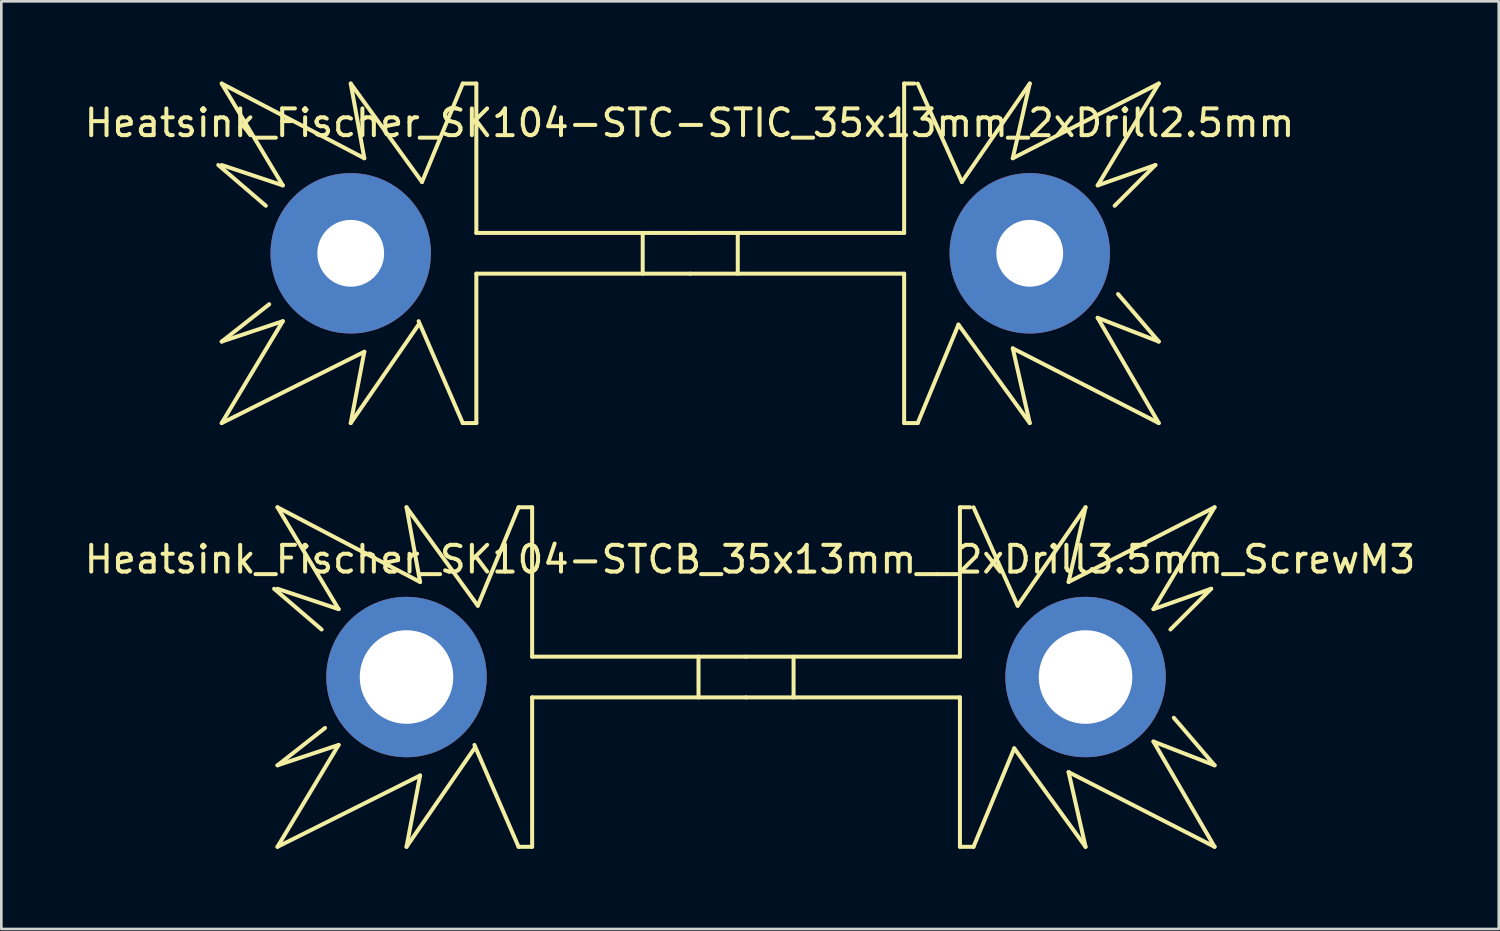
<source format=kicad_pcb>
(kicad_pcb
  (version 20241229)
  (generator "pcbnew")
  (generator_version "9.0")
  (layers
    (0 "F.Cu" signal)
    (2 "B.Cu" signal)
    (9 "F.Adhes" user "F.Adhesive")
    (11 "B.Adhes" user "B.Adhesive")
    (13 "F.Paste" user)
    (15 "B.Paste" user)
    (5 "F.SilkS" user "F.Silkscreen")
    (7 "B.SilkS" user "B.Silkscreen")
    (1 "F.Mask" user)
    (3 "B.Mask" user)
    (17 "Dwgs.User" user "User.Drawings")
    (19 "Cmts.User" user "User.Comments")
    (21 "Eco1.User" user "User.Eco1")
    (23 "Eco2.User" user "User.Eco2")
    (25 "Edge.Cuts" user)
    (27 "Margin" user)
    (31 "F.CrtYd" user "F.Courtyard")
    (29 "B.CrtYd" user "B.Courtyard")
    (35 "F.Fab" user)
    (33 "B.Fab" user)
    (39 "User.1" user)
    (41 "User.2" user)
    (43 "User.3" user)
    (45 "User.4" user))
  (footprint "Heatsink_Fischer_SK104-STC-STIC_35x13mm_2xDrill2.5mm"
    (layer "F.Cu")
    (at 22.769 6.425)
    (property "Reference" "Heatsink_Fischer_SK104-STC-STIC_35x13mm_2xDrill2.5mm" (at -0.025 -4.875 0) (layer "F.SilkS") (effects (font (size 1 1) (thickness 0.15))))
    (attr through_hole)
    (fp_line (start -17.653 -3.302) (end -15.875 -1.778) (stroke (width 0.15) (type solid)) (layer "F.SilkS"))
    (fp_line (start -17.526 -3.302) (end -15.24 -2.54) (stroke (width 0.15) (type solid)) (layer "F.SilkS"))
    (fp_line (start -17.526 3.302) (end -15.748 1.905) (stroke (width 0.15) (type solid)) (layer "F.SilkS"))
    (fp_line (start -17.526 3.302) (end -15.24 2.54) (stroke (width 0.15) (type solid)) (layer "F.SilkS"))
    (fp_line (start -15.24 -2.54) (end -17.526 -6.35) (stroke (width 0.15) (type solid)) (layer "F.SilkS"))
    (fp_line (start -15.24 2.54) (end -17.526 6.35) (stroke (width 0.15) (type solid)) (layer "F.SilkS"))
    (fp_line (start -12.7 -6.35) (end -12.192 -3.556) (stroke (width 0.15) (type solid)) (layer "F.SilkS"))
    (fp_line (start -12.7 6.35) (end -12.192 3.683) (stroke (width 0.15) (type solid)) (layer "F.SilkS"))
    (fp_line (start -12.192 -3.556) (end -17.526 -6.35) (stroke (width 0.15) (type solid)) (layer "F.SilkS"))
    (fp_line (start -12.192 3.683) (end -17.526 6.35) (stroke (width 0.15) (type solid)) (layer "F.SilkS"))
    (fp_line (start -10.16 2.667) (end -12.7 6.35) (stroke (width 0.15) (type solid)) (layer "F.SilkS"))
    (fp_line (start -10.033 -2.667) (end -12.7 -6.35) (stroke (width 0.15) (type solid)) (layer "F.SilkS"))
    (fp_line (start -8.509 -6.35) (end -10.033 -2.667) (stroke (width 0.15) (type solid)) (layer "F.SilkS"))
    (fp_line (start -8.509 6.35) (end -10.16 2.54) (stroke (width 0.15) (type solid)) (layer "F.SilkS"))
    (fp_line (start -8.509 6.35) (end -8.001 6.35) (stroke (width 0.15) (type solid)) (layer "F.SilkS"))
    (fp_line (start -8.001 -6.35) (end -8.509 -6.35) (stroke (width 0.15) (type solid)) (layer "F.SilkS"))
    (fp_line (start -8.001 -0.762) (end -8.001 -6.35) (stroke (width 0.15) (type solid)) (layer "F.SilkS"))
    (fp_line (start -8.001 0.762) (end -8.001 6.35) (stroke (width 0.15) (type solid)) (layer "F.SilkS"))
    (fp_line (start -1.778 -0.762) (end -1.778 0.762) (stroke (width 0.15) (type solid)) (layer "F.SilkS"))
    (fp_line (start 0 -0.762) (end -8.001 -0.762) (stroke (width 0.15) (type solid)) (layer "F.SilkS"))
    (fp_line (start 0 -0.762) (end 8.001 -0.762) (stroke (width 0.15) (type solid)) (layer "F.SilkS"))
    (fp_line (start 0 0.762) (end -8.001 0.762) (stroke (width 0.15) (type solid)) (layer "F.SilkS"))
    (fp_line (start 0 0.762) (end 8.001 0.762) (stroke (width 0.15) (type solid)) (layer "F.SilkS"))
    (fp_line (start 1.778 -0.762) (end 1.778 0.762) (stroke (width 0.15) (type solid)) (layer "F.SilkS"))
    (fp_line (start 8.001 -6.35) (end 8.382 -6.35) (stroke (width 0.15) (type solid)) (layer "F.SilkS"))
    (fp_line (start 8.001 -0.762) (end 8.001 -6.35) (stroke (width 0.15) (type solid)) (layer "F.SilkS"))
    (fp_line (start 8.001 0.762) (end 8.001 6.35) (stroke (width 0.15) (type solid)) (layer "F.SilkS"))
    (fp_line (start 8.001 6.35) (end 8.509 6.35) (stroke (width 0.15) (type solid)) (layer "F.SilkS"))
    (fp_line (start 8.509 -6.35) (end 10.16 -2.667) (stroke (width 0.15) (type solid)) (layer "F.SilkS"))
    (fp_line (start 8.509 6.35) (end 10.033 2.667) (stroke (width 0.15) (type solid)) (layer "F.SilkS"))
    (fp_line (start 10.033 2.667) (end 12.7 6.35) (stroke (width 0.15) (type solid)) (layer "F.SilkS"))
    (fp_line (start 10.16 -2.667) (end 12.7 -6.35) (stroke (width 0.15) (type solid)) (layer "F.SilkS"))
    (fp_line (start 12.065 -3.556) (end 12.7 -6.35) (stroke (width 0.15) (type solid)) (layer "F.SilkS"))
    (fp_line (start 12.065 3.556) (end 17.526 6.35) (stroke (width 0.15) (type solid)) (layer "F.SilkS"))
    (fp_line (start 12.7 6.35) (end 12.065 3.556) (stroke (width 0.15) (type solid)) (layer "F.SilkS"))
    (fp_line (start 15.24 -2.54) (end 17.399 -3.302) (stroke (width 0.15) (type solid)) (layer "F.SilkS"))
    (fp_line (start 15.24 2.413) (end 17.526 3.302) (stroke (width 0.15) (type solid)) (layer "F.SilkS"))
    (fp_line (start 17.399 -3.302) (end 15.875 -1.778) (stroke (width 0.15) (type solid)) (layer "F.SilkS"))
    (fp_line (start 17.526 -6.35) (end 12.065 -3.556) (stroke (width 0.15) (type solid)) (layer "F.SilkS"))
    (fp_line (start 17.526 -6.35) (end 15.24 -2.54) (stroke (width 0.15) (type solid)) (layer "F.SilkS"))
    (fp_line (start 17.526 3.302) (end 16.002 1.524) (stroke (width 0.15) (type solid)) (layer "F.SilkS"))
    (fp_line (start 17.526 6.35) (end 15.24 2.413) (stroke (width 0.15) (type solid)) (layer "F.SilkS"))
    (pad "1" thru_hole circle (at -12.7 0) (size 5.999 5.999) (drill 2.499) (layers "*.Cu" "*.Mask"))
    (pad "1" thru_hole circle (at 12.7 0) (size 5.999 5.999) (drill 2.499) (layers "*.Cu" "*.Mask")))
  (footprint "Heatsink_Fischer_SK104-STCB_35x13mm__2xDrill3.5mm_ScrewM3"
    (layer "F.Cu")
    (at 24.856 22.275)
    (property "Reference" "Heatsink_Fischer_SK104-STCB_35x13mm__2xDrill3.5mm_ScrewM3" (at 0.15 -4.4 0) (layer "F.SilkS") (effects (font (size 1 1) (thickness 0.15))))
    (attr through_hole)
    (fp_line (start -17.653 -3.302) (end -15.875 -1.778) (stroke (width 0.15) (type solid)) (layer "F.SilkS"))
    (fp_line (start -17.526 -3.302) (end -15.24 -2.54) (stroke (width 0.15) (type solid)) (layer "F.SilkS"))
    (fp_line (start -17.526 3.302) (end -15.748 1.905) (stroke (width 0.15) (type solid)) (layer "F.SilkS"))
    (fp_line (start -17.526 3.302) (end -15.24 2.54) (stroke (width 0.15) (type solid)) (layer "F.SilkS"))
    (fp_line (start -15.24 -2.54) (end -17.526 -6.35) (stroke (width 0.15) (type solid)) (layer "F.SilkS"))
    (fp_line (start -15.24 2.54) (end -17.526 6.35) (stroke (width 0.15) (type solid)) (layer "F.SilkS"))
    (fp_line (start -12.7 -6.35) (end -12.192 -3.556) (stroke (width 0.15) (type solid)) (layer "F.SilkS"))
    (fp_line (start -12.7 6.35) (end -12.192 3.683) (stroke (width 0.15) (type solid)) (layer "F.SilkS"))
    (fp_line (start -12.192 -3.556) (end -17.526 -6.35) (stroke (width 0.15) (type solid)) (layer "F.SilkS"))
    (fp_line (start -12.192 3.683) (end -17.526 6.35) (stroke (width 0.15) (type solid)) (layer "F.SilkS"))
    (fp_line (start -10.16 2.667) (end -12.7 6.35) (stroke (width 0.15) (type solid)) (layer "F.SilkS"))
    (fp_line (start -10.033 -2.667) (end -12.7 -6.35) (stroke (width 0.15) (type solid)) (layer "F.SilkS"))
    (fp_line (start -8.509 -6.35) (end -10.033 -2.667) (stroke (width 0.15) (type solid)) (layer "F.SilkS"))
    (fp_line (start -8.509 6.35) (end -10.16 2.54) (stroke (width 0.15) (type solid)) (layer "F.SilkS"))
    (fp_line (start -8.509 6.35) (end -8.001 6.35) (stroke (width 0.15) (type solid)) (layer "F.SilkS"))
    (fp_line (start -8.001 -6.35) (end -8.509 -6.35) (stroke (width 0.15) (type solid)) (layer "F.SilkS"))
    (fp_line (start -8.001 -0.762) (end -8.001 -6.35) (stroke (width 0.15) (type solid)) (layer "F.SilkS"))
    (fp_line (start -8.001 0.762) (end -8.001 6.35) (stroke (width 0.15) (type solid)) (layer "F.SilkS"))
    (fp_line (start -1.778 -0.762) (end -1.778 0.762) (stroke (width 0.15) (type solid)) (layer "F.SilkS"))
    (fp_line (start 0 -0.762) (end -8.001 -0.762) (stroke (width 0.15) (type solid)) (layer "F.SilkS"))
    (fp_line (start 0 -0.762) (end 8.001 -0.762) (stroke (width 0.15) (type solid)) (layer "F.SilkS"))
    (fp_line (start 0 0.762) (end -8.001 0.762) (stroke (width 0.15) (type solid)) (layer "F.SilkS"))
    (fp_line (start 0 0.762) (end 8.001 0.762) (stroke (width 0.15) (type solid)) (layer "F.SilkS"))
    (fp_line (start 1.778 -0.762) (end 1.778 0.762) (stroke (width 0.15) (type solid)) (layer "F.SilkS"))
    (fp_line (start 8.001 -6.35) (end 8.382 -6.35) (stroke (width 0.15) (type solid)) (layer "F.SilkS"))
    (fp_line (start 8.001 -0.762) (end 8.001 -6.35) (stroke (width 0.15) (type solid)) (layer "F.SilkS"))
    (fp_line (start 8.001 0.762) (end 8.001 6.35) (stroke (width 0.15) (type solid)) (layer "F.SilkS"))
    (fp_line (start 8.001 6.35) (end 8.509 6.35) (stroke (width 0.15) (type solid)) (layer "F.SilkS"))
    (fp_line (start 8.509 -6.35) (end 10.16 -2.667) (stroke (width 0.15) (type solid)) (layer "F.SilkS"))
    (fp_line (start 8.509 6.35) (end 10.033 2.667) (stroke (width 0.15) (type solid)) (layer "F.SilkS"))
    (fp_line (start 10.033 2.667) (end 12.7 6.35) (stroke (width 0.15) (type solid)) (layer "F.SilkS"))
    (fp_line (start 10.16 -2.667) (end 12.7 -6.35) (stroke (width 0.15) (type solid)) (layer "F.SilkS"))
    (fp_line (start 12.065 -3.556) (end 12.7 -6.35) (stroke (width 0.15) (type solid)) (layer "F.SilkS"))
    (fp_line (start 12.065 3.556) (end 17.526 6.35) (stroke (width 0.15) (type solid)) (layer "F.SilkS"))
    (fp_line (start 12.7 6.35) (end 12.065 3.556) (stroke (width 0.15) (type solid)) (layer "F.SilkS"))
    (fp_line (start 15.24 -2.54) (end 17.399 -3.302) (stroke (width 0.15) (type solid)) (layer "F.SilkS"))
    (fp_line (start 15.24 2.413) (end 17.526 3.302) (stroke (width 0.15) (type solid)) (layer "F.SilkS"))
    (fp_line (start 17.399 -3.302) (end 15.875 -1.778) (stroke (width 0.15) (type solid)) (layer "F.SilkS"))
    (fp_line (start 17.526 -6.35) (end 12.065 -3.556) (stroke (width 0.15) (type solid)) (layer "F.SilkS"))
    (fp_line (start 17.526 -6.35) (end 15.24 -2.54) (stroke (width 0.15) (type solid)) (layer "F.SilkS"))
    (fp_line (start 17.526 3.302) (end 16.002 1.524) (stroke (width 0.15) (type solid)) (layer "F.SilkS"))
    (fp_line (start 17.526 6.35) (end 15.24 2.413) (stroke (width 0.15) (type solid)) (layer "F.SilkS"))
    (pad "1" thru_hole circle (at -12.7 0) (size 5.999 5.999) (drill 3.5) (layers "*.Cu" "*.Mask"))
    (pad "1" thru_hole circle (at 12.7 0) (size 5.999 5.999) (drill 3.5) (layers "*.Cu" "*.Mask")))
  (gr_rect
    (start -3 -3)
    (end 53.012 31.7)
    (stroke (width 0.1) (type default))
    (fill no)
    (layer "Edge.Cuts")))
</source>
